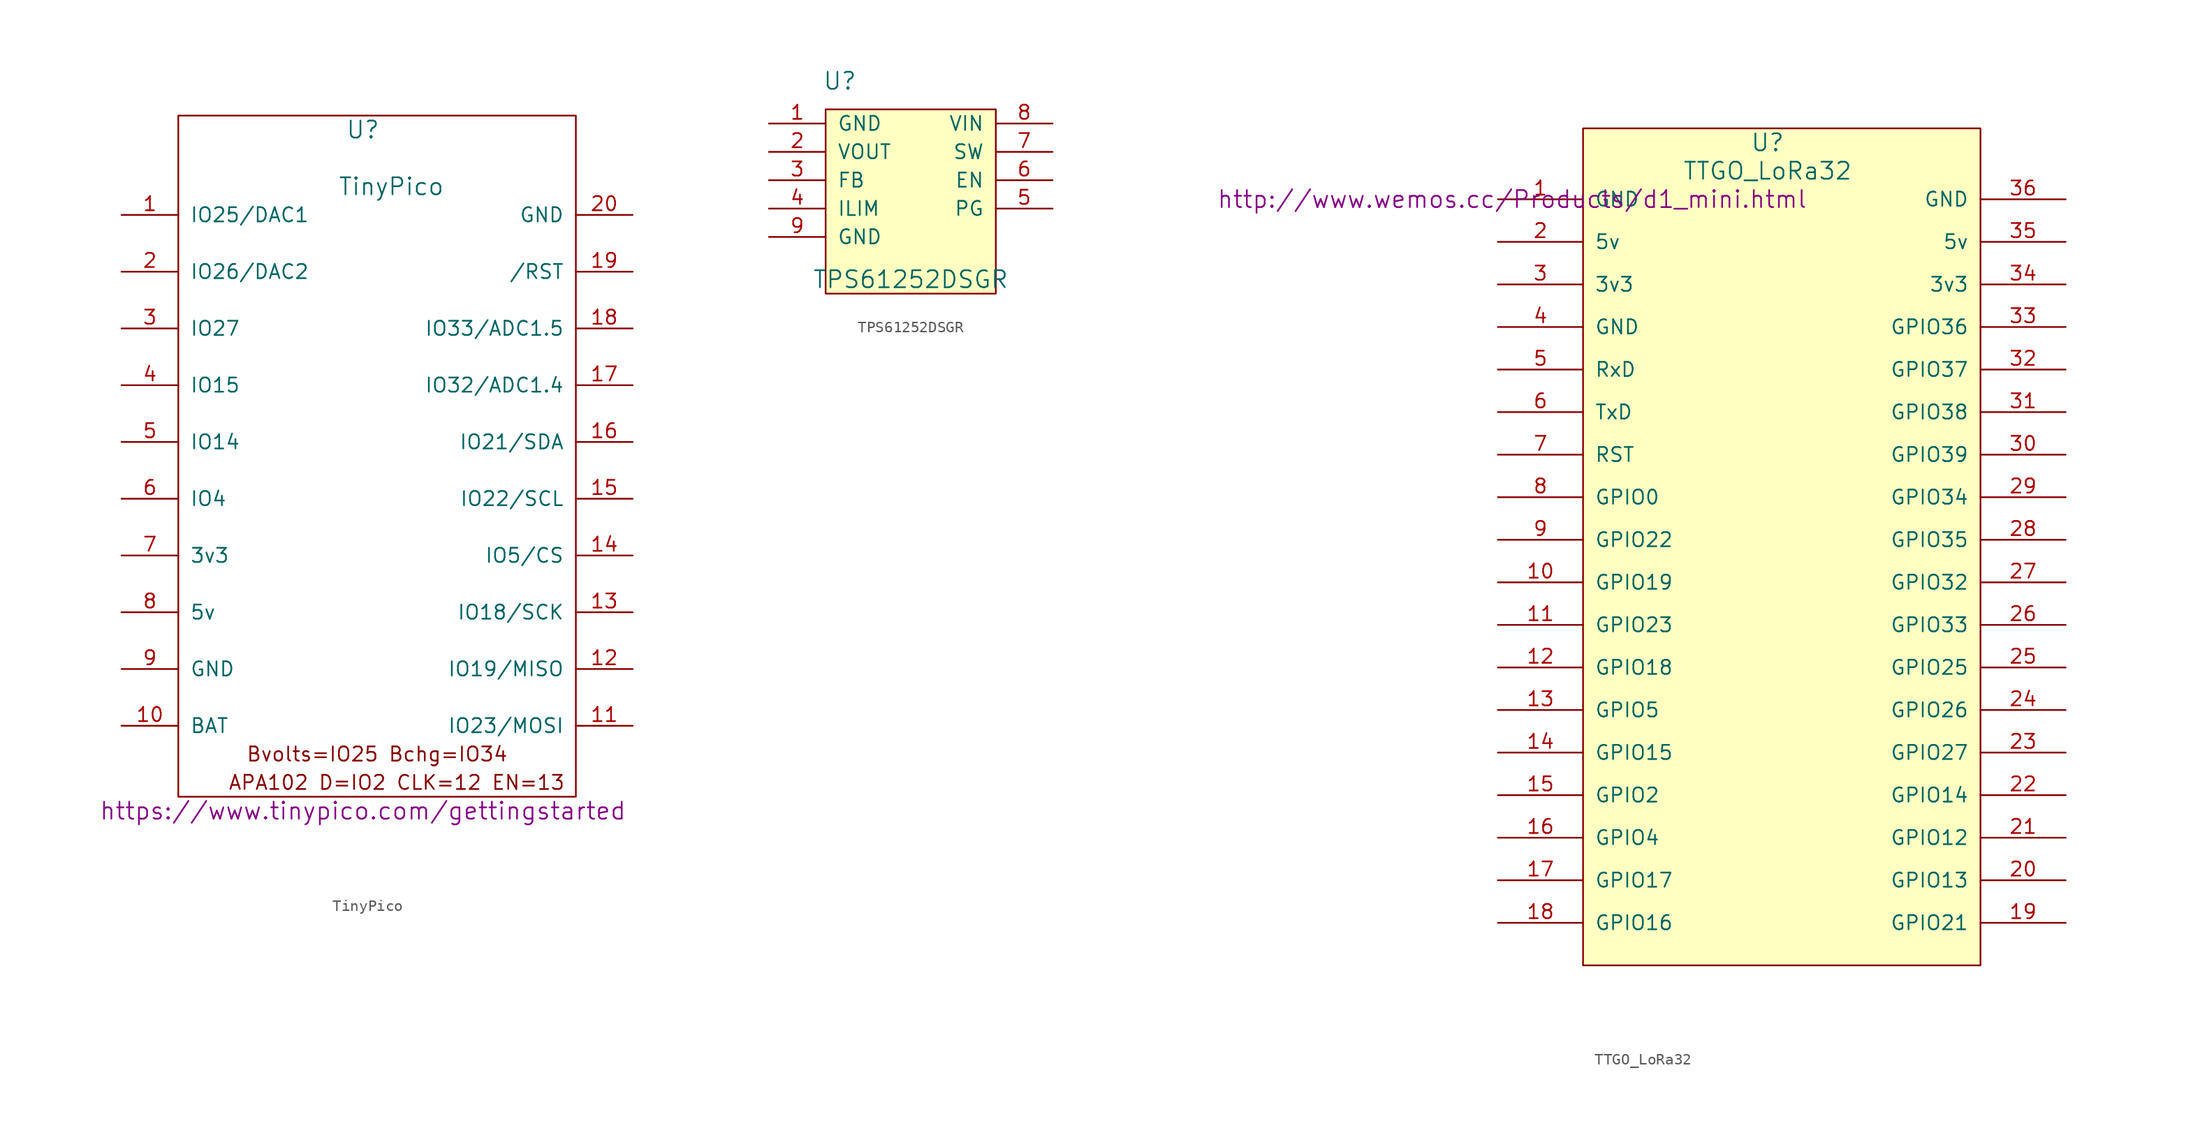
<source format=kicad_sym>
(kicad_symbol_lib
  (version 20211014)
  (generator kicad_symbol_editor)
  (symbol "TinyPico"
    (pin_names
      (offset 1.016))
    (property "Reference" "U"
      (at 11.43 -26.67 0)
      (effects (font (size 1.524 1.524))))
    (property "Value" "TinyPico"
      (at 13.97 -31.75 0)
      (effects (font (size 1.524 1.524))))
    (property "Footprint" ""
      (at -11.43 -31.75 0)
      (effects (font (size 1.524 1.524))))
    (property "Datasheet" "https://www.tinypico.com/gettingstarted"
      (at 11.43 -87.63 0)
      (effects (font (size 1.524 1.524))))
    (symbol "TinyPico_0_0"
      (text " APA102 D=IO2 CLK=12 EN=13" (at 13.97 -85.09 0) (effects (font (size 1.27 1.27))))
      (text "Bvolts=IO25 Bchg=IO34" (at 12.7 -82.55 0) (effects (font (size 1.27 1.27)))))
    (symbol "TinyPico_0_1"
      (rectangle (start 30.48 -86.36) (end -5.08 -25.4) (stroke (width 0) (type default) (color 0 0 0 0)) (fill (type none))))
    (symbol "TinyPico_1_1"
      (pin bidirectional line (at -10.16 -34.29 0) (length 5.08) (name "IO25/DAC1" (effects (font (size 1.27 1.27)))) (number "1" (effects (font (size 1.27 1.27)))))
      (pin power_in line (at -10.16 -80.01 0) (length 5.08) (name "BAT" (effects (font (size 1.27 1.27)))) (number "10" (effects (font (size 1.27 1.27)))))
      (pin bidirectional line (at 35.56 -80.01 180) (length 5.08) (name "IO23/MOSI" (effects (font (size 1.27 1.27)))) (number "11" (effects (font (size 1.27 1.27)))))
      (pin bidirectional line (at 35.56 -74.93 180) (length 5.08) (name "IO19/MISO" (effects (font (size 1.27 1.27)))) (number "12" (effects (font (size 1.27 1.27)))))
      (pin bidirectional line (at 35.56 -69.85 180) (length 5.08) (name "IO18/SCK" (effects (font (size 1.27 1.27)))) (number "13" (effects (font (size 1.27 1.27)))))
      (pin bidirectional line (at 35.56 -64.77 180) (length 5.08) (name "IO5/CS" (effects (font (size 1.27 1.27)))) (number "14" (effects (font (size 1.27 1.27)))))
      (pin bidirectional line (at 35.56 -59.69 180) (length 5.08) (name "IO22/SCL" (effects (font (size 1.27 1.27)))) (number "15" (effects (font (size 1.27 1.27)))))
      (pin bidirectional line (at 35.56 -54.61 180) (length 5.08) (name "IO21/SDA" (effects (font (size 1.27 1.27)))) (number "16" (effects (font (size 1.27 1.27)))))
      (pin bidirectional line (at 35.56 -49.53 180) (length 5.08) (name "IO32/ADC1.4" (effects (font (size 1.27 1.27)))) (number "17" (effects (font (size 1.27 1.27)))))
      (pin bidirectional line (at 35.56 -44.45 180) (length 5.08) (name "IO33/ADC1.5" (effects (font (size 1.27 1.27)))) (number "18" (effects (font (size 1.27 1.27)))))
      (pin input line (at 35.56 -39.37 180) (length 5.08) (name "/RST" (effects (font (size 1.27 1.27)))) (number "19" (effects (font (size 1.27 1.27)))))
      (pin bidirectional line (at -10.16 -39.37 0) (length 5.08) (name "IO26/DAC2" (effects (font (size 1.27 1.27)))) (number "2" (effects (font (size 1.27 1.27)))))
      (pin power_in line (at 35.56 -34.29 180) (length 5.08) (name "GND" (effects (font (size 1.27 1.27)))) (number "20" (effects (font (size 1.27 1.27)))))
      (pin bidirectional line (at -10.16 -44.45 0) (length 5.08) (name "IO27" (effects (font (size 1.27 1.27)))) (number "3" (effects (font (size 1.27 1.27)))))
      (pin bidirectional line (at -10.16 -49.53 0) (length 5.08) (name "IO15" (effects (font (size 1.27 1.27)))) (number "4" (effects (font (size 1.27 1.27)))))
      (pin bidirectional line (at -10.16 -54.61 0) (length 5.08) (name "IO14" (effects (font (size 1.27 1.27)))) (number "5" (effects (font (size 1.27 1.27)))))
      (pin bidirectional line (at -10.16 -59.69 0) (length 5.08) (name "IO4" (effects (font (size 1.27 1.27)))) (number "6" (effects (font (size 1.27 1.27)))))
      (pin power_in line (at -10.16 -64.77 0) (length 5.08) (name "3v3" (effects (font (size 1.27 1.27)))) (number "7" (effects (font (size 1.27 1.27)))))
      (pin power_in line (at -10.16 -69.85 0) (length 5.08) (name "5v" (effects (font (size 1.27 1.27)))) (number "8" (effects (font (size 1.27 1.27)))))
      (pin power_in line (at -10.16 -74.93 0) (length 5.08) (name "GND" (effects (font (size 1.27 1.27)))) (number "9" (effects (font (size 1.27 1.27)))))))
  (symbol "TPS61252DSGR"
    (pin_names
      (offset 1.016))
    (property "Reference" "U"
      (at 1.27 19.05 0)
      (effects (font (size 1.524 1.524))))
    (property "Value" "TPS61252DSGR"
      (at 7.62 1.27 0)
      (effects (font (size 1.524 1.524))))
    (symbol "TPS61252DSGR_0_1"
      (rectangle (start 15.24 16.51) (end 0 0) (stroke (width 0) (type default) (color 0 0 0 0)) (fill (type background))))
    (symbol "TPS61252DSGR_1_1"
      (pin input line (at -5.08 15.24 0) (length 5.08) (name "GND" (effects (font (size 1.27 1.27)))) (number "1" (effects (font (size 1.27 1.27)))))
      (pin input line (at -5.08 12.7 0) (length 5.08) (name "VOUT" (effects (font (size 1.27 1.27)))) (number "2" (effects (font (size 1.27 1.27)))))
      (pin input line (at -5.08 10.16 0) (length 5.08) (name "FB" (effects (font (size 1.27 1.27)))) (number "3" (effects (font (size 1.27 1.27)))))
      (pin input line (at -5.08 7.62 0) (length 5.08) (name "ILIM" (effects (font (size 1.27 1.27)))) (number "4" (effects (font (size 1.27 1.27)))))
      (pin input line (at 20.32 7.62 180) (length 5.08) (name "PG" (effects (font (size 1.27 1.27)))) (number "5" (effects (font (size 1.27 1.27)))))
      (pin input line (at 20.32 10.16 180) (length 5.08) (name "EN" (effects (font (size 1.27 1.27)))) (number "6" (effects (font (size 1.27 1.27)))))
      (pin input line (at 20.32 12.7 180) (length 5.08) (name "SW" (effects (font (size 1.27 1.27)))) (number "7" (effects (font (size 1.27 1.27)))))
      (pin input line (at 20.32 15.24 180) (length 5.08) (name "VIN" (effects (font (size 1.27 1.27)))) (number "8" (effects (font (size 1.27 1.27)))))
      (pin input line (at -5.08 5.08 0) (length 5.08) (name "GND" (effects (font (size 1.27 1.27)))) (number "9" (effects (font (size 1.27 1.27)))))))
  (symbol "TTGO_LoRa32"
    (pin_names
      (offset 1.016))
    (property "Reference" "U"
      (at 11.43 -26.67 0)
      (effects (font (size 1.524 1.524))))
    (property "Value" "TTGO_LoRa32"
      (at 11.43 -29.21 0)
      (effects (font (size 1.524 1.524))))
    (property "Footprint" ""
      (at -11.43 -31.75 0)
      (effects (font (size 1.524 1.524))))
    (property "Datasheet" "http://www.wemos.cc/Products/d1_mini.html"
      (at -11.43 -31.75 0)
      (effects (font (size 1.524 1.524))))
    (symbol "TTGO_LoRa32_0_1"
      (rectangle (start 30.48 -100.33) (end -5.08 -25.4) (stroke (width 0) (type default) (color 0 0 0 0)) (fill (type background))))
    (symbol "TTGO_LoRa32_1_1"
      (pin power_in line (at -12.7 -31.75 0) (length 7.62) (name "GND" (effects (font (size 1.27 1.27)))) (number "1" (effects (font (size 1.27 1.27)))))
      (pin bidirectional line (at -12.7 -66.04 0) (length 7.62) (name "GPIO19" (effects (font (size 1.27 1.27)))) (number "10" (effects (font (size 1.27 1.27)))))
      (pin bidirectional line (at -12.7 -69.85 0) (length 7.62) (name "GPIO23" (effects (font (size 1.27 1.27)))) (number "11" (effects (font (size 1.27 1.27)))))
      (pin bidirectional line (at -12.7 -73.66 0) (length 7.62) (name "GPIO18" (effects (font (size 1.27 1.27)))) (number "12" (effects (font (size 1.27 1.27)))))
      (pin bidirectional line (at -12.7 -77.47 0) (length 7.62) (name "GPIO5" (effects (font (size 1.27 1.27)))) (number "13" (effects (font (size 1.27 1.27)))))
      (pin bidirectional line (at -12.7 -81.28 0) (length 7.62) (name "GPIO15" (effects (font (size 1.27 1.27)))) (number "14" (effects (font (size 1.27 1.27)))))
      (pin bidirectional line (at -12.7 -85.09 0) (length 7.62) (name "GPIO2" (effects (font (size 1.27 1.27)))) (number "15" (effects (font (size 1.27 1.27)))))
      (pin bidirectional line (at -12.7 -88.9 0) (length 7.62) (name "GPIO4" (effects (font (size 1.27 1.27)))) (number "16" (effects (font (size 1.27 1.27)))))
      (pin bidirectional line (at -12.7 -92.71 0) (length 7.62) (name "GPIO17" (effects (font (size 1.27 1.27)))) (number "17" (effects (font (size 1.27 1.27)))))
      (pin bidirectional line (at -12.7 -96.52 0) (length 7.62) (name "GPIO16" (effects (font (size 1.27 1.27)))) (number "18" (effects (font (size 1.27 1.27)))))
      (pin bidirectional line (at 38.1 -96.52 180) (length 7.62) (name "GPIO21" (effects (font (size 1.27 1.27)))) (number "19" (effects (font (size 1.27 1.27)))))
      (pin power_in line (at -12.7 -35.56 0) (length 7.62) (name "5v" (effects (font (size 1.27 1.27)))) (number "2" (effects (font (size 1.27 1.27)))))
      (pin bidirectional line (at 38.1 -92.71 180) (length 7.62) (name "GPIO13" (effects (font (size 1.27 1.27)))) (number "20" (effects (font (size 1.27 1.27)))))
      (pin bidirectional line (at 38.1 -88.9 180) (length 7.62) (name "GPIO12" (effects (font (size 1.27 1.27)))) (number "21" (effects (font (size 1.27 1.27)))))
      (pin bidirectional line (at 38.1 -85.09 180) (length 7.62) (name "GPIO14" (effects (font (size 1.27 1.27)))) (number "22" (effects (font (size 1.27 1.27)))))
      (pin bidirectional line (at 38.1 -81.28 180) (length 7.62) (name "GPIO27" (effects (font (size 1.27 1.27)))) (number "23" (effects (font (size 1.27 1.27)))))
      (pin bidirectional line (at 38.1 -77.47 180) (length 7.62) (name "GPIO26" (effects (font (size 1.27 1.27)))) (number "24" (effects (font (size 1.27 1.27)))))
      (pin bidirectional line (at 38.1 -73.66 180) (length 7.62) (name "GPIO25" (effects (font (size 1.27 1.27)))) (number "25" (effects (font (size 1.27 1.27)))))
      (pin bidirectional line (at 38.1 -69.85 180) (length 7.62) (name "GPIO33" (effects (font (size 1.27 1.27)))) (number "26" (effects (font (size 1.27 1.27)))))
      (pin bidirectional line (at 38.1 -66.04 180) (length 7.62) (name "GPIO32" (effects (font (size 1.27 1.27)))) (number "27" (effects (font (size 1.27 1.27)))))
      (pin bidirectional line (at 38.1 -62.23 180) (length 7.62) (name "GPIO35" (effects (font (size 1.27 1.27)))) (number "28" (effects (font (size 1.27 1.27)))))
      (pin bidirectional line (at 38.1 -58.42 180) (length 7.62) (name "GPIO34" (effects (font (size 1.27 1.27)))) (number "29" (effects (font (size 1.27 1.27)))))
      (pin bidirectional line (at -12.7 -39.37 0) (length 7.62) (name "3v3" (effects (font (size 1.27 1.27)))) (number "3" (effects (font (size 1.27 1.27)))))
      (pin power_in line (at 38.1 -54.61 180) (length 7.62) (name "GPIO39" (effects (font (size 1.27 1.27)))) (number "30" (effects (font (size 1.27 1.27)))))
      (pin bidirectional line (at 38.1 -50.8 180) (length 7.62) (name "GPIO38" (effects (font (size 1.27 1.27)))) (number "31" (effects (font (size 1.27 1.27)))))
      (pin bidirectional line (at 38.1 -46.99 180) (length 7.62) (name "GPIO37" (effects (font (size 1.27 1.27)))) (number "32" (effects (font (size 1.27 1.27)))))
      (pin bidirectional line (at 38.1 -43.18 180) (length 7.62) (name "GPIO36" (effects (font (size 1.27 1.27)))) (number "33" (effects (font (size 1.27 1.27)))))
      (pin power_in line (at 38.1 -39.37 180) (length 7.62) (name "3v3" (effects (font (size 1.27 1.27)))) (number "34" (effects (font (size 1.27 1.27)))))
      (pin power_in line (at 38.1 -35.56 180) (length 7.62) (name "5v" (effects (font (size 1.27 1.27)))) (number "35" (effects (font (size 1.27 1.27)))))
      (pin power_in line (at 38.1 -31.75 180) (length 7.62) (name "GND" (effects (font (size 1.27 1.27)))) (number "36" (effects (font (size 1.27 1.27)))))
      (pin bidirectional line (at -12.7 -43.18 0) (length 7.62) (name "GND" (effects (font (size 1.27 1.27)))) (number "4" (effects (font (size 1.27 1.27)))))
      (pin bidirectional line (at -12.7 -46.99 0) (length 7.62) (name "RxD" (effects (font (size 1.27 1.27)))) (number "5" (effects (font (size 1.27 1.27)))))
      (pin bidirectional line (at -12.7 -50.8 0) (length 7.62) (name "TxD" (effects (font (size 1.27 1.27)))) (number "6" (effects (font (size 1.27 1.27)))))
      (pin bidirectional line (at -12.7 -54.61 0) (length 7.62) (name "RST" (effects (font (size 1.27 1.27)))) (number "7" (effects (font (size 1.27 1.27)))))
      (pin bidirectional line (at -12.7 -58.42 0) (length 7.62) (name "GPIO0" (effects (font (size 1.27 1.27)))) (number "8" (effects (font (size 1.27 1.27)))))
      (pin bidirectional line (at -12.7 -62.23 0) (length 7.62) (name "GPIO22" (effects (font (size 1.27 1.27)))) (number "9" (effects (font (size 1.27 1.27))))))))
</source>
